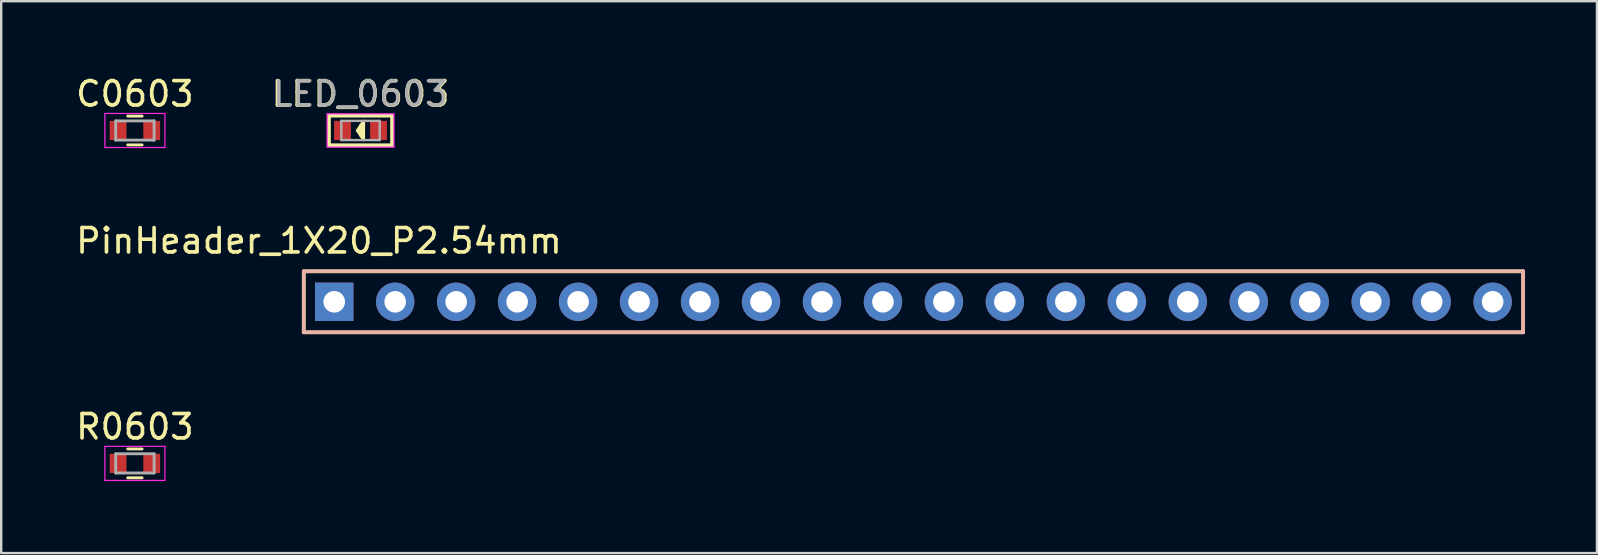
<source format=kicad_pcb>
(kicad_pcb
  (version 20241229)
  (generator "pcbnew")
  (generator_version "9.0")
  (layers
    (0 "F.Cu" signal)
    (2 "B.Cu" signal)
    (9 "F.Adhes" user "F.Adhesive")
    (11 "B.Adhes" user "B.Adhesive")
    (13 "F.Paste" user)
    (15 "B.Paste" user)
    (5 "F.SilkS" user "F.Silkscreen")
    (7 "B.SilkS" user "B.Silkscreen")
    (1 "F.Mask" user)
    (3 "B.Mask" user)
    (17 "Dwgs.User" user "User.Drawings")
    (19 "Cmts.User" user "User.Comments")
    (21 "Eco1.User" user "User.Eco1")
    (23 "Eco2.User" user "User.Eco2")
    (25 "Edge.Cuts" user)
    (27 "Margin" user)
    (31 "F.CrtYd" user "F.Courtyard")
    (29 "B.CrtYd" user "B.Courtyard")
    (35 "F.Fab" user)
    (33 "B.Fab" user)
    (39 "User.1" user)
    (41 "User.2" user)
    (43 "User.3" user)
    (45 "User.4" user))
  (footprint "C0603"
    (layer "F.Cu")
    (at 2.57 2.386)
    (property "Reference" "C0603" (at 0 -1.524 0) (layer "F.SilkS") (effects (font (size 1.016 1.016) (thickness 0.152))))
    (attr smd)
    (fp_line (start -0.3 -0.6) (end 0.3 -0.6) (stroke (width 0.12) (type solid)) (layer "F.SilkS"))
    (fp_line (start -0.3 0.6) (end 0.3 0.6) (stroke (width 0.12) (type solid)) (layer "F.SilkS"))
    (fp_line (start -1.25 -0.71) (end 1.25 -0.71) (stroke (width 0.05) (type solid)) (layer "F.CrtYd"))
    (fp_line (start -1.25 0.71) (end -1.25 -0.71) (stroke (width 0.05) (type solid)) (layer "F.CrtYd"))
    (fp_line (start 1.25 -0.71) (end 1.25 0.71) (stroke (width 0.05) (type solid)) (layer "F.CrtYd"))
    (fp_line (start 1.25 0.71) (end -1.25 0.71) (stroke (width 0.05) (type solid)) (layer "F.CrtYd"))
    (fp_line (start -0.8 -0.4) (end -0.8 0.4) (stroke (width 0.12) (type solid)) (layer "F.Fab"))
    (fp_line (start -0.8 0.4) (end 0.8 0.4) (stroke (width 0.12) (type solid)) (layer "F.Fab"))
    (fp_line (start 0.8 -0.4) (end -0.8 -0.4) (stroke (width 0.12) (type solid)) (layer "F.Fab"))
    (fp_line (start 0.8 0.4) (end 0.8 -0.4) (stroke (width 0.12) (type solid)) (layer "F.Fab"))
    (pad "1" smd rect (at -0.7 0) (size 0.7 0.8) (layers "F.Cu" "F.Mask" "F.Paste"))
    (pad "2" smd rect (at 0.7 0) (size 0.7 0.8) (layers "F.Cu" "F.Mask" "F.Paste")))
  (footprint "PinHeader_1X20_P2.54mm"
    (layer "F.Cu")
    (at 10.874 9.523)
    (property "Reference" "PinHeader_1X20_P2.54mm" (at -0.635 -2.54 0) (layer "F.SilkS") (effects (font (size 1.016 1.016) (thickness 0.152))))
    (attr through_hole)
    (fp_line (start -1.27 -1.27) (end 49.53 -1.27) (stroke (width 0.152) (type solid)) (layer "F.SilkS"))
    (fp_line (start -1.27 1.27) (end -1.27 -1.27) (stroke (width 0.152) (type solid)) (layer "F.SilkS"))
    (fp_line (start 49.53 -1.27) (end 49.53 1.27) (stroke (width 0.152) (type solid)) (layer "F.SilkS"))
    (fp_line (start 49.53 1.27) (end -1.27 1.27) (stroke (width 0.152) (type solid)) (layer "F.SilkS"))
    (fp_line (start -1.27 -1.27) (end -1.27 1.27) (stroke (width 0.152) (type solid)) (layer "B.SilkS"))
    (fp_line (start -1.27 1.27) (end 49.53 1.27) (stroke (width 0.152) (type solid)) (layer "B.SilkS"))
    (fp_line (start 49.53 -1.27) (end -1.27 -1.27) (stroke (width 0.152) (type solid)) (layer "B.SilkS"))
    (fp_line (start 49.53 1.27) (end 49.53 -1.27) (stroke (width 0.152) (type solid)) (layer "B.SilkS"))
    (pad "1" thru_hole rect (at 0 0) (size 1.6 1.6) (drill 0.9) (layers "*.Cu" "*.Mask"))
    (pad "2" thru_hole circle (at 2.54 0) (size 1.6 1.6) (drill 0.9) (layers "*.Cu" "*.Mask"))
    (pad "3" thru_hole circle (at 5.08 0) (size 1.6 1.6) (drill 0.9) (layers "*.Cu" "*.Mask"))
    (pad "4" thru_hole circle (at 7.62 0) (size 1.6 1.6) (drill 0.9) (layers "*.Cu" "*.Mask"))
    (pad "5" thru_hole circle (at 10.16 0) (size 1.6 1.6) (drill 0.9) (layers "*.Cu" "*.Mask"))
    (pad "6" thru_hole circle (at 12.7 0) (size 1.6 1.6) (drill 0.9) (layers "*.Cu" "*.Mask"))
    (pad "7" thru_hole circle (at 15.24 0) (size 1.6 1.6) (drill 0.9) (layers "*.Cu" "*.Mask"))
    (pad "8" thru_hole circle (at 17.78 0) (size 1.6 1.6) (drill 0.9) (layers "*.Cu" "*.Mask"))
    (pad "9" thru_hole circle (at 20.32 0) (size 1.6 1.6) (drill 0.9) (layers "*.Cu" "*.Mask"))
    (pad "10" thru_hole circle (at 22.86 0) (size 1.6 1.6) (drill 0.9) (layers "*.Cu" "*.Mask"))
    (pad "11" thru_hole circle (at 25.4 0) (size 1.6 1.6) (drill 0.9) (layers "*.Cu" "*.Mask"))
    (pad "12" thru_hole circle (at 27.94 0) (size 1.6 1.6) (drill 0.9) (layers "*.Cu" "*.Mask"))
    (pad "13" thru_hole circle (at 30.48 0) (size 1.6 1.6) (drill 0.9) (layers "*.Cu" "*.Mask"))
    (pad "14" thru_hole circle (at 33.02 0) (size 1.6 1.6) (drill 0.9) (layers "*.Cu" "*.Mask"))
    (pad "15" thru_hole circle (at 35.56 0) (size 1.6 1.6) (drill 0.9) (layers "*.Cu" "*.Mask"))
    (pad "16" thru_hole circle (at 38.1 0) (size 1.6 1.6) (drill 0.9) (layers "*.Cu" "*.Mask"))
    (pad "17" thru_hole circle (at 40.64 0) (size 1.6 1.6) (drill 0.9) (layers "*.Cu" "*.Mask"))
    (pad "18" thru_hole circle (at 43.18 0) (size 1.6 1.6) (drill 0.9) (layers "*.Cu" "*.Mask"))
    (pad "19" thru_hole circle (at 45.72 0) (size 1.6 1.6) (drill 0.9) (layers "*.Cu" "*.Mask"))
    (pad "20" thru_hole circle (at 48.26 0) (size 1.6 1.6) (drill 0.9) (layers "*.Cu" "*.Mask")))
  (footprint "LED_0603"
    (layer "F.Cu")
    (at 11.969 2.386)
    (property "Reference" "LED_0603" (at 0 -1.524 0) (layer "F.SilkS") (effects (font (size 1.016 1.016) (thickness 0.152))))
    (attr smd)
    (fp_line (start -1.333 -0.635) (end 1.333 -0.635) (stroke (width 0.127) (type solid)) (layer "F.SilkS"))
    (fp_line (start -1.333 0.635) (end -1.333 -0.635) (stroke (width 0.127) (type solid)) (layer "F.SilkS"))
    (fp_line (start -1.27 -0.572) (end 1.27 -0.572) (stroke (width 0.066) (type solid)) (layer "F.SilkS"))
    (fp_line (start -1.27 0.572) (end -1.27 -0.572) (stroke (width 0.066) (type solid)) (layer "F.SilkS"))
    (fp_line (start -1.27 0.572) (end 1.27 0.572) (stroke (width 0.066) (type solid)) (layer "F.SilkS"))
    (fp_line (start -0.127 0) (end 0 0.191) (stroke (width 0.127) (type solid)) (layer "F.SilkS"))
    (fp_line (start 0 -0.191) (end -0.127 0) (stroke (width 0.127) (type solid)) (layer "F.SilkS"))
    (fp_line (start 0 0.191) (end 0 -0.191) (stroke (width 0.127) (type solid)) (layer "F.SilkS"))
    (fp_line (start 0 0.191) (end 0.127 0.381) (stroke (width 0.127) (type solid)) (layer "F.SilkS"))
    (fp_line (start 0.064 0.254) (end 0.064 -0.254) (stroke (width 0.127) (type solid)) (layer "F.SilkS"))
    (fp_line (start 0.127 -0.381) (end 0 -0.191) (stroke (width 0.127) (type solid)) (layer "F.SilkS"))
    (fp_line (start 0.127 0.381) (end 0.127 -0.381) (stroke (width 0.127) (type solid)) (layer "F.SilkS"))
    (fp_line (start 1.27 0.572) (end 1.27 -0.572) (stroke (width 0.066) (type solid)) (layer "F.SilkS"))
    (fp_line (start 1.333 -0.635) (end 1.333 0.635) (stroke (width 0.127) (type solid)) (layer "F.SilkS"))
    (fp_line (start 1.333 0.635) (end -1.333 0.635) (stroke (width 0.127) (type solid)) (layer "F.SilkS"))
    (fp_line (start -1.393 -0.695) (end 1.393 -0.695) (stroke (width 0.05) (type solid)) (layer "F.CrtYd"))
    (fp_line (start -1.393 0.695) (end -1.393 -0.695) (stroke (width 0.05) (type solid)) (layer "F.CrtYd"))
    (fp_line (start 1.393 -0.695) (end 1.393 0.695) (stroke (width 0.05) (type solid)) (layer "F.CrtYd"))
    (fp_line (start 1.393 0.695) (end -1.393 0.695) (stroke (width 0.05) (type solid)) (layer "F.CrtYd"))
    (fp_line (start -0.8 -0.4) (end 0.8 -0.4) (stroke (width 0.1) (type solid)) (layer "F.Fab"))
    (fp_line (start -0.8 0.4) (end -0.8 -0.4) (stroke (width 0.1) (type solid)) (layer "F.Fab"))
    (fp_line (start 0.8 -0.4) (end 0.8 0.4) (stroke (width 0.1) (type solid)) (layer "F.Fab"))
    (fp_line (start 0.8 0.4) (end -0.8 0.4) (stroke (width 0.1) (type solid)) (layer "F.Fab"))
    (fp_text user "${REFERENCE}" (at 0 -1.525 0) (layer "F.Fab") (effects (font (size 1 1) (thickness 0.15))))
    (pad "1" smd rect (at -0.75 0) (size 0.7 0.8) (layers "F.Cu" "F.Mask" "F.Paste"))
    (pad "2" smd rect (at 0.75 0) (size 0.7 0.8) (layers "F.Cu" "F.Mask" "F.Paste")))
  (footprint "R0603"
    (layer "F.Cu")
    (at 2.57 16.255)
    (property "Reference" "R0603" (at 0 -1.524 0) (layer "F.SilkS") (effects (font (size 1.016 1.016) (thickness 0.152))))
    (attr smd)
    (fp_line (start -0.3 -0.6) (end 0.3 -0.6) (stroke (width 0.12) (type solid)) (layer "F.SilkS"))
    (fp_line (start -0.3 0.6) (end 0.3 0.6) (stroke (width 0.12) (type solid)) (layer "F.SilkS"))
    (fp_line (start -1.25 -0.71) (end 1.25 -0.71) (stroke (width 0.05) (type solid)) (layer "F.CrtYd"))
    (fp_line (start -1.25 0.71) (end -1.25 -0.71) (stroke (width 0.05) (type solid)) (layer "F.CrtYd"))
    (fp_line (start 1.25 -0.71) (end 1.25 0.71) (stroke (width 0.05) (type solid)) (layer "F.CrtYd"))
    (fp_line (start 1.25 0.71) (end -1.25 0.71) (stroke (width 0.05) (type solid)) (layer "F.CrtYd"))
    (fp_line (start -0.8 -0.4) (end -0.8 0.4) (stroke (width 0.12) (type solid)) (layer "F.Fab"))
    (fp_line (start -0.8 0.4) (end 0.8 0.4) (stroke (width 0.12) (type solid)) (layer "F.Fab"))
    (fp_line (start 0.8 -0.4) (end -0.8 -0.4) (stroke (width 0.12) (type solid)) (layer "F.Fab"))
    (fp_line (start 0.8 0.4) (end 0.8 -0.4) (stroke (width 0.12) (type solid)) (layer "F.Fab"))
    (pad "1" smd rect (at -0.7 0) (size 0.7 0.8) (layers "F.Cu" "F.Mask" "F.Paste"))
    (pad "2" smd rect (at 0.7 0) (size 0.7 0.8) (layers "F.Cu" "F.Mask" "F.Paste")))
  (gr_rect
    (start -3 -3)
    (end 63.48 19.99)
    (stroke (width 0.1) (type default))
    (fill no)
    (layer "Edge.Cuts")))
</source>
